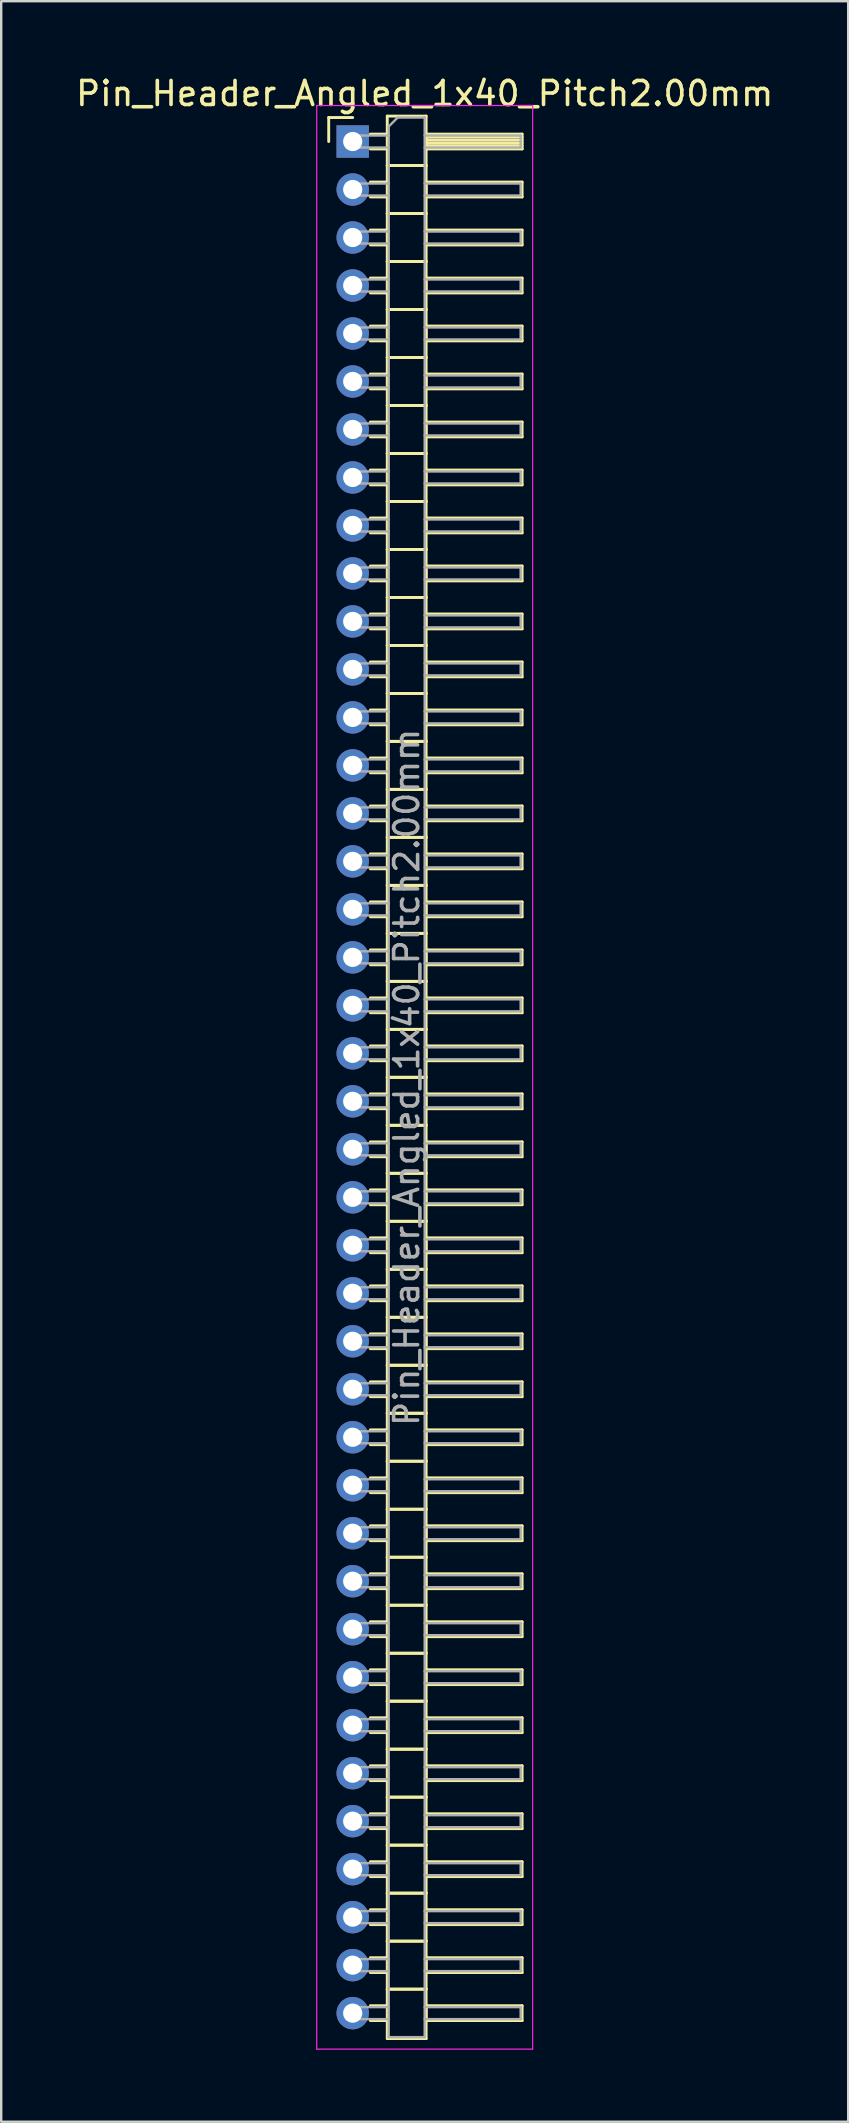
<source format=kicad_pcb>
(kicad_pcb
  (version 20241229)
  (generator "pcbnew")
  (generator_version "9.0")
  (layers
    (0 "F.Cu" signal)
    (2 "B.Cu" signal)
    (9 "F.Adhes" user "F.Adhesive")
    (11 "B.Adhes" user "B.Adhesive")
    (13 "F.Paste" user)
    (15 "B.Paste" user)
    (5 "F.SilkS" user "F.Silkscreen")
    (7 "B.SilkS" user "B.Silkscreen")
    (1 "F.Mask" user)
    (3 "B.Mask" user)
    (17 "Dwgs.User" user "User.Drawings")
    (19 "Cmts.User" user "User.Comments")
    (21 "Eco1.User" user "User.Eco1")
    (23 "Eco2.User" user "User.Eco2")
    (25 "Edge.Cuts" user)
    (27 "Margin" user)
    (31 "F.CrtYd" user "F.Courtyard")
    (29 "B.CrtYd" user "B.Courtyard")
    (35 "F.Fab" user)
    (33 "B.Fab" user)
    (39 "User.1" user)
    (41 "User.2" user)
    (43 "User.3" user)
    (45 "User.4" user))
  (footprint "Pin_Header_Angled_1x40_Pitch2.00mm"
    (layer "F.Cu")
    (at 11.649 2.848)
    (property "Reference" "Pin_Header_Angled_1x40_Pitch2.00mm" (at 3 -2 0) (layer "F.SilkS") (effects (font (size 1 1) (thickness 0.15))))
    (attr through_hole)
    (fp_line (start -1 -1) (end 0 -1) (stroke (width 0.12) (type solid)) (layer "F.SilkS"))
    (fp_line (start -1 0) (end -1 -1) (stroke (width 0.12) (type solid)) (layer "F.SilkS"))
    (fp_line (start 0.735 -0.31) (end 1.44 -0.31) (stroke (width 0.12) (type solid)) (layer "F.SilkS"))
    (fp_line (start 0.735 0.31) (end 1.44 0.31) (stroke (width 0.12) (type solid)) (layer "F.SilkS"))
    (fp_line (start 0.735 1.69) (end 1.44 1.69) (stroke (width 0.12) (type solid)) (layer "F.SilkS"))
    (fp_line (start 0.735 2.31) (end 1.44 2.31) (stroke (width 0.12) (type solid)) (layer "F.SilkS"))
    (fp_line (start 0.735 3.69) (end 1.44 3.69) (stroke (width 0.12) (type solid)) (layer "F.SilkS"))
    (fp_line (start 0.735 4.31) (end 1.44 4.31) (stroke (width 0.12) (type solid)) (layer "F.SilkS"))
    (fp_line (start 0.735 5.69) (end 1.44 5.69) (stroke (width 0.12) (type solid)) (layer "F.SilkS"))
    (fp_line (start 0.735 6.31) (end 1.44 6.31) (stroke (width 0.12) (type solid)) (layer "F.SilkS"))
    (fp_line (start 0.735 7.69) (end 1.44 7.69) (stroke (width 0.12) (type solid)) (layer "F.SilkS"))
    (fp_line (start 0.735 8.31) (end 1.44 8.31) (stroke (width 0.12) (type solid)) (layer "F.SilkS"))
    (fp_line (start 0.735 9.69) (end 1.44 9.69) (stroke (width 0.12) (type solid)) (layer "F.SilkS"))
    (fp_line (start 0.735 10.31) (end 1.44 10.31) (stroke (width 0.12) (type solid)) (layer "F.SilkS"))
    (fp_line (start 0.735 11.69) (end 1.44 11.69) (stroke (width 0.12) (type solid)) (layer "F.SilkS"))
    (fp_line (start 0.735 12.31) (end 1.44 12.31) (stroke (width 0.12) (type solid)) (layer "F.SilkS"))
    (fp_line (start 0.735 13.69) (end 1.44 13.69) (stroke (width 0.12) (type solid)) (layer "F.SilkS"))
    (fp_line (start 0.735 14.31) (end 1.44 14.31) (stroke (width 0.12) (type solid)) (layer "F.SilkS"))
    (fp_line (start 0.735 15.69) (end 1.44 15.69) (stroke (width 0.12) (type solid)) (layer "F.SilkS"))
    (fp_line (start 0.735 16.31) (end 1.44 16.31) (stroke (width 0.12) (type solid)) (layer "F.SilkS"))
    (fp_line (start 0.735 17.69) (end 1.44 17.69) (stroke (width 0.12) (type solid)) (layer "F.SilkS"))
    (fp_line (start 0.735 18.31) (end 1.44 18.31) (stroke (width 0.12) (type solid)) (layer "F.SilkS"))
    (fp_line (start 0.735 19.69) (end 1.44 19.69) (stroke (width 0.12) (type solid)) (layer "F.SilkS"))
    (fp_line (start 0.735 20.31) (end 1.44 20.31) (stroke (width 0.12) (type solid)) (layer "F.SilkS"))
    (fp_line (start 0.735 21.69) (end 1.44 21.69) (stroke (width 0.12) (type solid)) (layer "F.SilkS"))
    (fp_line (start 0.735 22.31) (end 1.44 22.31) (stroke (width 0.12) (type solid)) (layer "F.SilkS"))
    (fp_line (start 0.735 23.69) (end 1.44 23.69) (stroke (width 0.12) (type solid)) (layer "F.SilkS"))
    (fp_line (start 0.735 24.31) (end 1.44 24.31) (stroke (width 0.12) (type solid)) (layer "F.SilkS"))
    (fp_line (start 0.735 25.69) (end 1.44 25.69) (stroke (width 0.12) (type solid)) (layer "F.SilkS"))
    (fp_line (start 0.735 26.31) (end 1.44 26.31) (stroke (width 0.12) (type solid)) (layer "F.SilkS"))
    (fp_line (start 0.735 27.69) (end 1.44 27.69) (stroke (width 0.12) (type solid)) (layer "F.SilkS"))
    (fp_line (start 0.735 28.31) (end 1.44 28.31) (stroke (width 0.12) (type solid)) (layer "F.SilkS"))
    (fp_line (start 0.735 29.69) (end 1.44 29.69) (stroke (width 0.12) (type solid)) (layer "F.SilkS"))
    (fp_line (start 0.735 30.31) (end 1.44 30.31) (stroke (width 0.12) (type solid)) (layer "F.SilkS"))
    (fp_line (start 0.735 31.69) (end 1.44 31.69) (stroke (width 0.12) (type solid)) (layer "F.SilkS"))
    (fp_line (start 0.735 32.31) (end 1.44 32.31) (stroke (width 0.12) (type solid)) (layer "F.SilkS"))
    (fp_line (start 0.735 33.69) (end 1.44 33.69) (stroke (width 0.12) (type solid)) (layer "F.SilkS"))
    (fp_line (start 0.735 34.31) (end 1.44 34.31) (stroke (width 0.12) (type solid)) (layer "F.SilkS"))
    (fp_line (start 0.735 35.69) (end 1.44 35.69) (stroke (width 0.12) (type solid)) (layer "F.SilkS"))
    (fp_line (start 0.735 36.31) (end 1.44 36.31) (stroke (width 0.12) (type solid)) (layer "F.SilkS"))
    (fp_line (start 0.735 37.69) (end 1.44 37.69) (stroke (width 0.12) (type solid)) (layer "F.SilkS"))
    (fp_line (start 0.735 38.31) (end 1.44 38.31) (stroke (width 0.12) (type solid)) (layer "F.SilkS"))
    (fp_line (start 0.735 39.69) (end 1.44 39.69) (stroke (width 0.12) (type solid)) (layer "F.SilkS"))
    (fp_line (start 0.735 40.31) (end 1.44 40.31) (stroke (width 0.12) (type solid)) (layer "F.SilkS"))
    (fp_line (start 0.735 41.69) (end 1.44 41.69) (stroke (width 0.12) (type solid)) (layer "F.SilkS"))
    (fp_line (start 0.735 42.31) (end 1.44 42.31) (stroke (width 0.12) (type solid)) (layer "F.SilkS"))
    (fp_line (start 0.735 43.69) (end 1.44 43.69) (stroke (width 0.12) (type solid)) (layer "F.SilkS"))
    (fp_line (start 0.735 44.31) (end 1.44 44.31) (stroke (width 0.12) (type solid)) (layer "F.SilkS"))
    (fp_line (start 0.735 45.69) (end 1.44 45.69) (stroke (width 0.12) (type solid)) (layer "F.SilkS"))
    (fp_line (start 0.735 46.31) (end 1.44 46.31) (stroke (width 0.12) (type solid)) (layer "F.SilkS"))
    (fp_line (start 0.735 47.69) (end 1.44 47.69) (stroke (width 0.12) (type solid)) (layer "F.SilkS"))
    (fp_line (start 0.735 48.31) (end 1.44 48.31) (stroke (width 0.12) (type solid)) (layer "F.SilkS"))
    (fp_line (start 0.735 49.69) (end 1.44 49.69) (stroke (width 0.12) (type solid)) (layer "F.SilkS"))
    (fp_line (start 0.735 50.31) (end 1.44 50.31) (stroke (width 0.12) (type solid)) (layer "F.SilkS"))
    (fp_line (start 0.735 51.69) (end 1.44 51.69) (stroke (width 0.12) (type solid)) (layer "F.SilkS"))
    (fp_line (start 0.735 52.31) (end 1.44 52.31) (stroke (width 0.12) (type solid)) (layer "F.SilkS"))
    (fp_line (start 0.735 53.69) (end 1.44 53.69) (stroke (width 0.12) (type solid)) (layer "F.SilkS"))
    (fp_line (start 0.735 54.31) (end 1.44 54.31) (stroke (width 0.12) (type solid)) (layer "F.SilkS"))
    (fp_line (start 0.735 55.69) (end 1.44 55.69) (stroke (width 0.12) (type solid)) (layer "F.SilkS"))
    (fp_line (start 0.735 56.31) (end 1.44 56.31) (stroke (width 0.12) (type solid)) (layer "F.SilkS"))
    (fp_line (start 0.735 57.69) (end 1.44 57.69) (stroke (width 0.12) (type solid)) (layer "F.SilkS"))
    (fp_line (start 0.735 58.31) (end 1.44 58.31) (stroke (width 0.12) (type solid)) (layer "F.SilkS"))
    (fp_line (start 0.735 59.69) (end 1.44 59.69) (stroke (width 0.12) (type solid)) (layer "F.SilkS"))
    (fp_line (start 0.735 60.31) (end 1.44 60.31) (stroke (width 0.12) (type solid)) (layer "F.SilkS"))
    (fp_line (start 0.735 61.69) (end 1.44 61.69) (stroke (width 0.12) (type solid)) (layer "F.SilkS"))
    (fp_line (start 0.735 62.31) (end 1.44 62.31) (stroke (width 0.12) (type solid)) (layer "F.SilkS"))
    (fp_line (start 0.735 63.69) (end 1.44 63.69) (stroke (width 0.12) (type solid)) (layer "F.SilkS"))
    (fp_line (start 0.735 64.31) (end 1.44 64.31) (stroke (width 0.12) (type solid)) (layer "F.SilkS"))
    (fp_line (start 0.735 65.69) (end 1.44 65.69) (stroke (width 0.12) (type solid)) (layer "F.SilkS"))
    (fp_line (start 0.735 66.31) (end 1.44 66.31) (stroke (width 0.12) (type solid)) (layer "F.SilkS"))
    (fp_line (start 0.735 67.69) (end 1.44 67.69) (stroke (width 0.12) (type solid)) (layer "F.SilkS"))
    (fp_line (start 0.735 68.31) (end 1.44 68.31) (stroke (width 0.12) (type solid)) (layer "F.SilkS"))
    (fp_line (start 0.735 69.69) (end 1.44 69.69) (stroke (width 0.12) (type solid)) (layer "F.SilkS"))
    (fp_line (start 0.735 70.31) (end 1.44 70.31) (stroke (width 0.12) (type solid)) (layer "F.SilkS"))
    (fp_line (start 0.735 71.69) (end 1.44 71.69) (stroke (width 0.12) (type solid)) (layer "F.SilkS"))
    (fp_line (start 0.735 72.31) (end 1.44 72.31) (stroke (width 0.12) (type solid)) (layer "F.SilkS"))
    (fp_line (start 0.735 73.69) (end 1.44 73.69) (stroke (width 0.12) (type solid)) (layer "F.SilkS"))
    (fp_line (start 0.735 74.31) (end 1.44 74.31) (stroke (width 0.12) (type solid)) (layer "F.SilkS"))
    (fp_line (start 0.735 75.69) (end 1.44 75.69) (stroke (width 0.12) (type solid)) (layer "F.SilkS"))
    (fp_line (start 0.735 76.31) (end 1.44 76.31) (stroke (width 0.12) (type solid)) (layer "F.SilkS"))
    (fp_line (start 0.735 77.69) (end 1.44 77.69) (stroke (width 0.12) (type solid)) (layer "F.SilkS"))
    (fp_line (start 0.735 78.31) (end 1.44 78.31) (stroke (width 0.12) (type solid)) (layer "F.SilkS"))
    (fp_line (start 1.44 -1.06) (end 1.44 1) (stroke (width 0.12) (type solid)) (layer "F.SilkS"))
    (fp_line (start 1.44 1) (end 1.44 3) (stroke (width 0.12) (type solid)) (layer "F.SilkS"))
    (fp_line (start 1.44 1) (end 3.06 1) (stroke (width 0.12) (type solid)) (layer "F.SilkS"))
    (fp_line (start 1.44 3) (end 1.44 5) (stroke (width 0.12) (type solid)) (layer "F.SilkS"))
    (fp_line (start 1.44 3) (end 3.06 3) (stroke (width 0.12) (type solid)) (layer "F.SilkS"))
    (fp_line (start 1.44 5) (end 1.44 7) (stroke (width 0.12) (type solid)) (layer "F.SilkS"))
    (fp_line (start 1.44 5) (end 3.06 5) (stroke (width 0.12) (type solid)) (layer "F.SilkS"))
    (fp_line (start 1.44 7) (end 1.44 9) (stroke (width 0.12) (type solid)) (layer "F.SilkS"))
    (fp_line (start 1.44 7) (end 3.06 7) (stroke (width 0.12) (type solid)) (layer "F.SilkS"))
    (fp_line (start 1.44 9) (end 1.44 11) (stroke (width 0.12) (type solid)) (layer "F.SilkS"))
    (fp_line (start 1.44 9) (end 3.06 9) (stroke (width 0.12) (type solid)) (layer "F.SilkS"))
    (fp_line (start 1.44 11) (end 1.44 13) (stroke (width 0.12) (type solid)) (layer "F.SilkS"))
    (fp_line (start 1.44 11) (end 3.06 11) (stroke (width 0.12) (type solid)) (layer "F.SilkS"))
    (fp_line (start 1.44 13) (end 1.44 15) (stroke (width 0.12) (type solid)) (layer "F.SilkS"))
    (fp_line (start 1.44 13) (end 3.06 13) (stroke (width 0.12) (type solid)) (layer "F.SilkS"))
    (fp_line (start 1.44 15) (end 1.44 17) (stroke (width 0.12) (type solid)) (layer "F.SilkS"))
    (fp_line (start 1.44 15) (end 3.06 15) (stroke (width 0.12) (type solid)) (layer "F.SilkS"))
    (fp_line (start 1.44 17) (end 1.44 19) (stroke (width 0.12) (type solid)) (layer "F.SilkS"))
    (fp_line (start 1.44 17) (end 3.06 17) (stroke (width 0.12) (type solid)) (layer "F.SilkS"))
    (fp_line (start 1.44 19) (end 1.44 21) (stroke (width 0.12) (type solid)) (layer "F.SilkS"))
    (fp_line (start 1.44 19) (end 3.06 19) (stroke (width 0.12) (type solid)) (layer "F.SilkS"))
    (fp_line (start 1.44 21) (end 1.44 23) (stroke (width 0.12) (type solid)) (layer "F.SilkS"))
    (fp_line (start 1.44 21) (end 3.06 21) (stroke (width 0.12) (type solid)) (layer "F.SilkS"))
    (fp_line (start 1.44 23) (end 1.44 25) (stroke (width 0.12) (type solid)) (layer "F.SilkS"))
    (fp_line (start 1.44 23) (end 3.06 23) (stroke (width 0.12) (type solid)) (layer "F.SilkS"))
    (fp_line (start 1.44 25) (end 1.44 27) (stroke (width 0.12) (type solid)) (layer "F.SilkS"))
    (fp_line (start 1.44 25) (end 3.06 25) (stroke (width 0.12) (type solid)) (layer "F.SilkS"))
    (fp_line (start 1.44 27) (end 1.44 29) (stroke (width 0.12) (type solid)) (layer "F.SilkS"))
    (fp_line (start 1.44 27) (end 3.06 27) (stroke (width 0.12) (type solid)) (layer "F.SilkS"))
    (fp_line (start 1.44 29) (end 1.44 31) (stroke (width 0.12) (type solid)) (layer "F.SilkS"))
    (fp_line (start 1.44 29) (end 3.06 29) (stroke (width 0.12) (type solid)) (layer "F.SilkS"))
    (fp_line (start 1.44 31) (end 1.44 33) (stroke (width 0.12) (type solid)) (layer "F.SilkS"))
    (fp_line (start 1.44 31) (end 3.06 31) (stroke (width 0.12) (type solid)) (layer "F.SilkS"))
    (fp_line (start 1.44 33) (end 1.44 35) (stroke (width 0.12) (type solid)) (layer "F.SilkS"))
    (fp_line (start 1.44 33) (end 3.06 33) (stroke (width 0.12) (type solid)) (layer "F.SilkS"))
    (fp_line (start 1.44 35) (end 1.44 37) (stroke (width 0.12) (type solid)) (layer "F.SilkS"))
    (fp_line (start 1.44 35) (end 3.06 35) (stroke (width 0.12) (type solid)) (layer "F.SilkS"))
    (fp_line (start 1.44 37) (end 1.44 39) (stroke (width 0.12) (type solid)) (layer "F.SilkS"))
    (fp_line (start 1.44 37) (end 3.06 37) (stroke (width 0.12) (type solid)) (layer "F.SilkS"))
    (fp_line (start 1.44 39) (end 1.44 41) (stroke (width 0.12) (type solid)) (layer "F.SilkS"))
    (fp_line (start 1.44 39) (end 3.06 39) (stroke (width 0.12) (type solid)) (layer "F.SilkS"))
    (fp_line (start 1.44 41) (end 1.44 43) (stroke (width 0.12) (type solid)) (layer "F.SilkS"))
    (fp_line (start 1.44 41) (end 3.06 41) (stroke (width 0.12) (type solid)) (layer "F.SilkS"))
    (fp_line (start 1.44 43) (end 1.44 45) (stroke (width 0.12) (type solid)) (layer "F.SilkS"))
    (fp_line (start 1.44 43) (end 3.06 43) (stroke (width 0.12) (type solid)) (layer "F.SilkS"))
    (fp_line (start 1.44 45) (end 1.44 47) (stroke (width 0.12) (type solid)) (layer "F.SilkS"))
    (fp_line (start 1.44 45) (end 3.06 45) (stroke (width 0.12) (type solid)) (layer "F.SilkS"))
    (fp_line (start 1.44 47) (end 1.44 49) (stroke (width 0.12) (type solid)) (layer "F.SilkS"))
    (fp_line (start 1.44 47) (end 3.06 47) (stroke (width 0.12) (type solid)) (layer "F.SilkS"))
    (fp_line (start 1.44 49) (end 1.44 51) (stroke (width 0.12) (type solid)) (layer "F.SilkS"))
    (fp_line (start 1.44 49) (end 3.06 49) (stroke (width 0.12) (type solid)) (layer "F.SilkS"))
    (fp_line (start 1.44 51) (end 1.44 53) (stroke (width 0.12) (type solid)) (layer "F.SilkS"))
    (fp_line (start 1.44 51) (end 3.06 51) (stroke (width 0.12) (type solid)) (layer "F.SilkS"))
    (fp_line (start 1.44 53) (end 1.44 55) (stroke (width 0.12) (type solid)) (layer "F.SilkS"))
    (fp_line (start 1.44 53) (end 3.06 53) (stroke (width 0.12) (type solid)) (layer "F.SilkS"))
    (fp_line (start 1.44 55) (end 1.44 57) (stroke (width 0.12) (type solid)) (layer "F.SilkS"))
    (fp_line (start 1.44 55) (end 3.06 55) (stroke (width 0.12) (type solid)) (layer "F.SilkS"))
    (fp_line (start 1.44 57) (end 1.44 59) (stroke (width 0.12) (type solid)) (layer "F.SilkS"))
    (fp_line (start 1.44 57) (end 3.06 57) (stroke (width 0.12) (type solid)) (layer "F.SilkS"))
    (fp_line (start 1.44 59) (end 1.44 61) (stroke (width 0.12) (type solid)) (layer "F.SilkS"))
    (fp_line (start 1.44 59) (end 3.06 59) (stroke (width 0.12) (type solid)) (layer "F.SilkS"))
    (fp_line (start 1.44 61) (end 1.44 63) (stroke (width 0.12) (type solid)) (layer "F.SilkS"))
    (fp_line (start 1.44 61) (end 3.06 61) (stroke (width 0.12) (type solid)) (layer "F.SilkS"))
    (fp_line (start 1.44 63) (end 1.44 65) (stroke (width 0.12) (type solid)) (layer "F.SilkS"))
    (fp_line (start 1.44 63) (end 3.06 63) (stroke (width 0.12) (type solid)) (layer "F.SilkS"))
    (fp_line (start 1.44 65) (end 1.44 67) (stroke (width 0.12) (type solid)) (layer "F.SilkS"))
    (fp_line (start 1.44 65) (end 3.06 65) (stroke (width 0.12) (type solid)) (layer "F.SilkS"))
    (fp_line (start 1.44 67) (end 1.44 69) (stroke (width 0.12) (type solid)) (layer "F.SilkS"))
    (fp_line (start 1.44 67) (end 3.06 67) (stroke (width 0.12) (type solid)) (layer "F.SilkS"))
    (fp_line (start 1.44 69) (end 1.44 71) (stroke (width 0.12) (type solid)) (layer "F.SilkS"))
    (fp_line (start 1.44 69) (end 3.06 69) (stroke (width 0.12) (type solid)) (layer "F.SilkS"))
    (fp_line (start 1.44 71) (end 1.44 73) (stroke (width 0.12) (type solid)) (layer "F.SilkS"))
    (fp_line (start 1.44 71) (end 3.06 71) (stroke (width 0.12) (type solid)) (layer "F.SilkS"))
    (fp_line (start 1.44 73) (end 1.44 75) (stroke (width 0.12) (type solid)) (layer "F.SilkS"))
    (fp_line (start 1.44 73) (end 3.06 73) (stroke (width 0.12) (type solid)) (layer "F.SilkS"))
    (fp_line (start 1.44 75) (end 1.44 77) (stroke (width 0.12) (type solid)) (layer "F.SilkS"))
    (fp_line (start 1.44 75) (end 3.06 75) (stroke (width 0.12) (type solid)) (layer "F.SilkS"))
    (fp_line (start 1.44 77) (end 1.44 79.06) (stroke (width 0.12) (type solid)) (layer "F.SilkS"))
    (fp_line (start 1.44 77) (end 3.06 77) (stroke (width 0.12) (type solid)) (layer "F.SilkS"))
    (fp_line (start 1.44 79.06) (end 3.06 79.06) (stroke (width 0.12) (type solid)) (layer "F.SilkS"))
    (fp_line (start 3.06 -1.06) (end 1.44 -1.06) (stroke (width 0.12) (type solid)) (layer "F.SilkS"))
    (fp_line (start 3.06 -0.31) (end 3.06 0.31) (stroke (width 0.12) (type solid)) (layer "F.SilkS"))
    (fp_line (start 3.06 -0.19) (end 7.06 -0.19) (stroke (width 0.12) (type solid)) (layer "F.SilkS"))
    (fp_line (start 3.06 -0.07) (end 7.06 -0.07) (stroke (width 0.12) (type solid)) (layer "F.SilkS"))
    (fp_line (start 3.06 0.05) (end 7.06 0.05) (stroke (width 0.12) (type solid)) (layer "F.SilkS"))
    (fp_line (start 3.06 0.17) (end 7.06 0.17) (stroke (width 0.12) (type solid)) (layer "F.SilkS"))
    (fp_line (start 3.06 0.29) (end 7.06 0.29) (stroke (width 0.12) (type solid)) (layer "F.SilkS"))
    (fp_line (start 3.06 0.31) (end 7.06 0.31) (stroke (width 0.12) (type solid)) (layer "F.SilkS"))
    (fp_line (start 3.06 1) (end 1.44 1) (stroke (width 0.12) (type solid)) (layer "F.SilkS"))
    (fp_line (start 3.06 1) (end 3.06 -1.06) (stroke (width 0.12) (type solid)) (layer "F.SilkS"))
    (fp_line (start 3.06 1.69) (end 3.06 2.31) (stroke (width 0.12) (type solid)) (layer "F.SilkS"))
    (fp_line (start 3.06 2.31) (end 7.06 2.31) (stroke (width 0.12) (type solid)) (layer "F.SilkS"))
    (fp_line (start 3.06 3) (end 1.44 3) (stroke (width 0.12) (type solid)) (layer "F.SilkS"))
    (fp_line (start 3.06 3) (end 3.06 1) (stroke (width 0.12) (type solid)) (layer "F.SilkS"))
    (fp_line (start 3.06 3.69) (end 3.06 4.31) (stroke (width 0.12) (type solid)) (layer "F.SilkS"))
    (fp_line (start 3.06 4.31) (end 7.06 4.31) (stroke (width 0.12) (type solid)) (layer "F.SilkS"))
    (fp_line (start 3.06 5) (end 1.44 5) (stroke (width 0.12) (type solid)) (layer "F.SilkS"))
    (fp_line (start 3.06 5) (end 3.06 3) (stroke (width 0.12) (type solid)) (layer "F.SilkS"))
    (fp_line (start 3.06 5.69) (end 3.06 6.31) (stroke (width 0.12) (type solid)) (layer "F.SilkS"))
    (fp_line (start 3.06 6.31) (end 7.06 6.31) (stroke (width 0.12) (type solid)) (layer "F.SilkS"))
    (fp_line (start 3.06 7) (end 1.44 7) (stroke (width 0.12) (type solid)) (layer "F.SilkS"))
    (fp_line (start 3.06 7) (end 3.06 5) (stroke (width 0.12) (type solid)) (layer "F.SilkS"))
    (fp_line (start 3.06 7.69) (end 3.06 8.31) (stroke (width 0.12) (type solid)) (layer "F.SilkS"))
    (fp_line (start 3.06 8.31) (end 7.06 8.31) (stroke (width 0.12) (type solid)) (layer "F.SilkS"))
    (fp_line (start 3.06 9) (end 1.44 9) (stroke (width 0.12) (type solid)) (layer "F.SilkS"))
    (fp_line (start 3.06 9) (end 3.06 7) (stroke (width 0.12) (type solid)) (layer "F.SilkS"))
    (fp_line (start 3.06 9.69) (end 3.06 10.31) (stroke (width 0.12) (type solid)) (layer "F.SilkS"))
    (fp_line (start 3.06 10.31) (end 7.06 10.31) (stroke (width 0.12) (type solid)) (layer "F.SilkS"))
    (fp_line (start 3.06 11) (end 1.44 11) (stroke (width 0.12) (type solid)) (layer "F.SilkS"))
    (fp_line (start 3.06 11) (end 3.06 9) (stroke (width 0.12) (type solid)) (layer "F.SilkS"))
    (fp_line (start 3.06 11.69) (end 3.06 12.31) (stroke (width 0.12) (type solid)) (layer "F.SilkS"))
    (fp_line (start 3.06 12.31) (end 7.06 12.31) (stroke (width 0.12) (type solid)) (layer "F.SilkS"))
    (fp_line (start 3.06 13) (end 1.44 13) (stroke (width 0.12) (type solid)) (layer "F.SilkS"))
    (fp_line (start 3.06 13) (end 3.06 11) (stroke (width 0.12) (type solid)) (layer "F.SilkS"))
    (fp_line (start 3.06 13.69) (end 3.06 14.31) (stroke (width 0.12) (type solid)) (layer "F.SilkS"))
    (fp_line (start 3.06 14.31) (end 7.06 14.31) (stroke (width 0.12) (type solid)) (layer "F.SilkS"))
    (fp_line (start 3.06 15) (end 1.44 15) (stroke (width 0.12) (type solid)) (layer "F.SilkS"))
    (fp_line (start 3.06 15) (end 3.06 13) (stroke (width 0.12) (type solid)) (layer "F.SilkS"))
    (fp_line (start 3.06 15.69) (end 3.06 16.31) (stroke (width 0.12) (type solid)) (layer "F.SilkS"))
    (fp_line (start 3.06 16.31) (end 7.06 16.31) (stroke (width 0.12) (type solid)) (layer "F.SilkS"))
    (fp_line (start 3.06 17) (end 1.44 17) (stroke (width 0.12) (type solid)) (layer "F.SilkS"))
    (fp_line (start 3.06 17) (end 3.06 15) (stroke (width 0.12) (type solid)) (layer "F.SilkS"))
    (fp_line (start 3.06 17.69) (end 3.06 18.31) (stroke (width 0.12) (type solid)) (layer "F.SilkS"))
    (fp_line (start 3.06 18.31) (end 7.06 18.31) (stroke (width 0.12) (type solid)) (layer "F.SilkS"))
    (fp_line (start 3.06 19) (end 1.44 19) (stroke (width 0.12) (type solid)) (layer "F.SilkS"))
    (fp_line (start 3.06 19) (end 3.06 17) (stroke (width 0.12) (type solid)) (layer "F.SilkS"))
    (fp_line (start 3.06 19.69) (end 3.06 20.31) (stroke (width 0.12) (type solid)) (layer "F.SilkS"))
    (fp_line (start 3.06 20.31) (end 7.06 20.31) (stroke (width 0.12) (type solid)) (layer "F.SilkS"))
    (fp_line (start 3.06 21) (end 1.44 21) (stroke (width 0.12) (type solid)) (layer "F.SilkS"))
    (fp_line (start 3.06 21) (end 3.06 19) (stroke (width 0.12) (type solid)) (layer "F.SilkS"))
    (fp_line (start 3.06 21.69) (end 3.06 22.31) (stroke (width 0.12) (type solid)) (layer "F.SilkS"))
    (fp_line (start 3.06 22.31) (end 7.06 22.31) (stroke (width 0.12) (type solid)) (layer "F.SilkS"))
    (fp_line (start 3.06 23) (end 1.44 23) (stroke (width 0.12) (type solid)) (layer "F.SilkS"))
    (fp_line (start 3.06 23) (end 3.06 21) (stroke (width 0.12) (type solid)) (layer "F.SilkS"))
    (fp_line (start 3.06 23.69) (end 3.06 24.31) (stroke (width 0.12) (type solid)) (layer "F.SilkS"))
    (fp_line (start 3.06 24.31) (end 7.06 24.31) (stroke (width 0.12) (type solid)) (layer "F.SilkS"))
    (fp_line (start 3.06 25) (end 1.44 25) (stroke (width 0.12) (type solid)) (layer "F.SilkS"))
    (fp_line (start 3.06 25) (end 3.06 23) (stroke (width 0.12) (type solid)) (layer "F.SilkS"))
    (fp_line (start 3.06 25.69) (end 3.06 26.31) (stroke (width 0.12) (type solid)) (layer "F.SilkS"))
    (fp_line (start 3.06 26.31) (end 7.06 26.31) (stroke (width 0.12) (type solid)) (layer "F.SilkS"))
    (fp_line (start 3.06 27) (end 1.44 27) (stroke (width 0.12) (type solid)) (layer "F.SilkS"))
    (fp_line (start 3.06 27) (end 3.06 25) (stroke (width 0.12) (type solid)) (layer "F.SilkS"))
    (fp_line (start 3.06 27.69) (end 3.06 28.31) (stroke (width 0.12) (type solid)) (layer "F.SilkS"))
    (fp_line (start 3.06 28.31) (end 7.06 28.31) (stroke (width 0.12) (type solid)) (layer "F.SilkS"))
    (fp_line (start 3.06 29) (end 1.44 29) (stroke (width 0.12) (type solid)) (layer "F.SilkS"))
    (fp_line (start 3.06 29) (end 3.06 27) (stroke (width 0.12) (type solid)) (layer "F.SilkS"))
    (fp_line (start 3.06 29.69) (end 3.06 30.31) (stroke (width 0.12) (type solid)) (layer "F.SilkS"))
    (fp_line (start 3.06 30.31) (end 7.06 30.31) (stroke (width 0.12) (type solid)) (layer "F.SilkS"))
    (fp_line (start 3.06 31) (end 1.44 31) (stroke (width 0.12) (type solid)) (layer "F.SilkS"))
    (fp_line (start 3.06 31) (end 3.06 29) (stroke (width 0.12) (type solid)) (layer "F.SilkS"))
    (fp_line (start 3.06 31.69) (end 3.06 32.31) (stroke (width 0.12) (type solid)) (layer "F.SilkS"))
    (fp_line (start 3.06 32.31) (end 7.06 32.31) (stroke (width 0.12) (type solid)) (layer "F.SilkS"))
    (fp_line (start 3.06 33) (end 1.44 33) (stroke (width 0.12) (type solid)) (layer "F.SilkS"))
    (fp_line (start 3.06 33) (end 3.06 31) (stroke (width 0.12) (type solid)) (layer "F.SilkS"))
    (fp_line (start 3.06 33.69) (end 3.06 34.31) (stroke (width 0.12) (type solid)) (layer "F.SilkS"))
    (fp_line (start 3.06 34.31) (end 7.06 34.31) (stroke (width 0.12) (type solid)) (layer "F.SilkS"))
    (fp_line (start 3.06 35) (end 1.44 35) (stroke (width 0.12) (type solid)) (layer "F.SilkS"))
    (fp_line (start 3.06 35) (end 3.06 33) (stroke (width 0.12) (type solid)) (layer "F.SilkS"))
    (fp_line (start 3.06 35.69) (end 3.06 36.31) (stroke (width 0.12) (type solid)) (layer "F.SilkS"))
    (fp_line (start 3.06 36.31) (end 7.06 36.31) (stroke (width 0.12) (type solid)) (layer "F.SilkS"))
    (fp_line (start 3.06 37) (end 1.44 37) (stroke (width 0.12) (type solid)) (layer "F.SilkS"))
    (fp_line (start 3.06 37) (end 3.06 35) (stroke (width 0.12) (type solid)) (layer "F.SilkS"))
    (fp_line (start 3.06 37.69) (end 3.06 38.31) (stroke (width 0.12) (type solid)) (layer "F.SilkS"))
    (fp_line (start 3.06 38.31) (end 7.06 38.31) (stroke (width 0.12) (type solid)) (layer "F.SilkS"))
    (fp_line (start 3.06 39) (end 1.44 39) (stroke (width 0.12) (type solid)) (layer "F.SilkS"))
    (fp_line (start 3.06 39) (end 3.06 37) (stroke (width 0.12) (type solid)) (layer "F.SilkS"))
    (fp_line (start 3.06 39.69) (end 3.06 40.31) (stroke (width 0.12) (type solid)) (layer "F.SilkS"))
    (fp_line (start 3.06 40.31) (end 7.06 40.31) (stroke (width 0.12) (type solid)) (layer "F.SilkS"))
    (fp_line (start 3.06 41) (end 1.44 41) (stroke (width 0.12) (type solid)) (layer "F.SilkS"))
    (fp_line (start 3.06 41) (end 3.06 39) (stroke (width 0.12) (type solid)) (layer "F.SilkS"))
    (fp_line (start 3.06 41.69) (end 3.06 42.31) (stroke (width 0.12) (type solid)) (layer "F.SilkS"))
    (fp_line (start 3.06 42.31) (end 7.06 42.31) (stroke (width 0.12) (type solid)) (layer "F.SilkS"))
    (fp_line (start 3.06 43) (end 1.44 43) (stroke (width 0.12) (type solid)) (layer "F.SilkS"))
    (fp_line (start 3.06 43) (end 3.06 41) (stroke (width 0.12) (type solid)) (layer "F.SilkS"))
    (fp_line (start 3.06 43.69) (end 3.06 44.31) (stroke (width 0.12) (type solid)) (layer "F.SilkS"))
    (fp_line (start 3.06 44.31) (end 7.06 44.31) (stroke (width 0.12) (type solid)) (layer "F.SilkS"))
    (fp_line (start 3.06 45) (end 1.44 45) (stroke (width 0.12) (type solid)) (layer "F.SilkS"))
    (fp_line (start 3.06 45) (end 3.06 43) (stroke (width 0.12) (type solid)) (layer "F.SilkS"))
    (fp_line (start 3.06 45.69) (end 3.06 46.31) (stroke (width 0.12) (type solid)) (layer "F.SilkS"))
    (fp_line (start 3.06 46.31) (end 7.06 46.31) (stroke (width 0.12) (type solid)) (layer "F.SilkS"))
    (fp_line (start 3.06 47) (end 1.44 47) (stroke (width 0.12) (type solid)) (layer "F.SilkS"))
    (fp_line (start 3.06 47) (end 3.06 45) (stroke (width 0.12) (type solid)) (layer "F.SilkS"))
    (fp_line (start 3.06 47.69) (end 3.06 48.31) (stroke (width 0.12) (type solid)) (layer "F.SilkS"))
    (fp_line (start 3.06 48.31) (end 7.06 48.31) (stroke (width 0.12) (type solid)) (layer "F.SilkS"))
    (fp_line (start 3.06 49) (end 1.44 49) (stroke (width 0.12) (type solid)) (layer "F.SilkS"))
    (fp_line (start 3.06 49) (end 3.06 47) (stroke (width 0.12) (type solid)) (layer "F.SilkS"))
    (fp_line (start 3.06 49.69) (end 3.06 50.31) (stroke (width 0.12) (type solid)) (layer "F.SilkS"))
    (fp_line (start 3.06 50.31) (end 7.06 50.31) (stroke (width 0.12) (type solid)) (layer "F.SilkS"))
    (fp_line (start 3.06 51) (end 1.44 51) (stroke (width 0.12) (type solid)) (layer "F.SilkS"))
    (fp_line (start 3.06 51) (end 3.06 49) (stroke (width 0.12) (type solid)) (layer "F.SilkS"))
    (fp_line (start 3.06 51.69) (end 3.06 52.31) (stroke (width 0.12) (type solid)) (layer "F.SilkS"))
    (fp_line (start 3.06 52.31) (end 7.06 52.31) (stroke (width 0.12) (type solid)) (layer "F.SilkS"))
    (fp_line (start 3.06 53) (end 1.44 53) (stroke (width 0.12) (type solid)) (layer "F.SilkS"))
    (fp_line (start 3.06 53) (end 3.06 51) (stroke (width 0.12) (type solid)) (layer "F.SilkS"))
    (fp_line (start 3.06 53.69) (end 3.06 54.31) (stroke (width 0.12) (type solid)) (layer "F.SilkS"))
    (fp_line (start 3.06 54.31) (end 7.06 54.31) (stroke (width 0.12) (type solid)) (layer "F.SilkS"))
    (fp_line (start 3.06 55) (end 1.44 55) (stroke (width 0.12) (type solid)) (layer "F.SilkS"))
    (fp_line (start 3.06 55) (end 3.06 53) (stroke (width 0.12) (type solid)) (layer "F.SilkS"))
    (fp_line (start 3.06 55.69) (end 3.06 56.31) (stroke (width 0.12) (type solid)) (layer "F.SilkS"))
    (fp_line (start 3.06 56.31) (end 7.06 56.31) (stroke (width 0.12) (type solid)) (layer "F.SilkS"))
    (fp_line (start 3.06 57) (end 1.44 57) (stroke (width 0.12) (type solid)) (layer "F.SilkS"))
    (fp_line (start 3.06 57) (end 3.06 55) (stroke (width 0.12) (type solid)) (layer "F.SilkS"))
    (fp_line (start 3.06 57.69) (end 3.06 58.31) (stroke (width 0.12) (type solid)) (layer "F.SilkS"))
    (fp_line (start 3.06 58.31) (end 7.06 58.31) (stroke (width 0.12) (type solid)) (layer "F.SilkS"))
    (fp_line (start 3.06 59) (end 1.44 59) (stroke (width 0.12) (type solid)) (layer "F.SilkS"))
    (fp_line (start 3.06 59) (end 3.06 57) (stroke (width 0.12) (type solid)) (layer "F.SilkS"))
    (fp_line (start 3.06 59.69) (end 3.06 60.31) (stroke (width 0.12) (type solid)) (layer "F.SilkS"))
    (fp_line (start 3.06 60.31) (end 7.06 60.31) (stroke (width 0.12) (type solid)) (layer "F.SilkS"))
    (fp_line (start 3.06 61) (end 1.44 61) (stroke (width 0.12) (type solid)) (layer "F.SilkS"))
    (fp_line (start 3.06 61) (end 3.06 59) (stroke (width 0.12) (type solid)) (layer "F.SilkS"))
    (fp_line (start 3.06 61.69) (end 3.06 62.31) (stroke (width 0.12) (type solid)) (layer "F.SilkS"))
    (fp_line (start 3.06 62.31) (end 7.06 62.31) (stroke (width 0.12) (type solid)) (layer "F.SilkS"))
    (fp_line (start 3.06 63) (end 1.44 63) (stroke (width 0.12) (type solid)) (layer "F.SilkS"))
    (fp_line (start 3.06 63) (end 3.06 61) (stroke (width 0.12) (type solid)) (layer "F.SilkS"))
    (fp_line (start 3.06 63.69) (end 3.06 64.31) (stroke (width 0.12) (type solid)) (layer "F.SilkS"))
    (fp_line (start 3.06 64.31) (end 7.06 64.31) (stroke (width 0.12) (type solid)) (layer "F.SilkS"))
    (fp_line (start 3.06 65) (end 1.44 65) (stroke (width 0.12) (type solid)) (layer "F.SilkS"))
    (fp_line (start 3.06 65) (end 3.06 63) (stroke (width 0.12) (type solid)) (layer "F.SilkS"))
    (fp_line (start 3.06 65.69) (end 3.06 66.31) (stroke (width 0.12) (type solid)) (layer "F.SilkS"))
    (fp_line (start 3.06 66.31) (end 7.06 66.31) (stroke (width 0.12) (type solid)) (layer "F.SilkS"))
    (fp_line (start 3.06 67) (end 1.44 67) (stroke (width 0.12) (type solid)) (layer "F.SilkS"))
    (fp_line (start 3.06 67) (end 3.06 65) (stroke (width 0.12) (type solid)) (layer "F.SilkS"))
    (fp_line (start 3.06 67.69) (end 3.06 68.31) (stroke (width 0.12) (type solid)) (layer "F.SilkS"))
    (fp_line (start 3.06 68.31) (end 7.06 68.31) (stroke (width 0.12) (type solid)) (layer "F.SilkS"))
    (fp_line (start 3.06 69) (end 1.44 69) (stroke (width 0.12) (type solid)) (layer "F.SilkS"))
    (fp_line (start 3.06 69) (end 3.06 67) (stroke (width 0.12) (type solid)) (layer "F.SilkS"))
    (fp_line (start 3.06 69.69) (end 3.06 70.31) (stroke (width 0.12) (type solid)) (layer "F.SilkS"))
    (fp_line (start 3.06 70.31) (end 7.06 70.31) (stroke (width 0.12) (type solid)) (layer "F.SilkS"))
    (fp_line (start 3.06 71) (end 1.44 71) (stroke (width 0.12) (type solid)) (layer "F.SilkS"))
    (fp_line (start 3.06 71) (end 3.06 69) (stroke (width 0.12) (type solid)) (layer "F.SilkS"))
    (fp_line (start 3.06 71.69) (end 3.06 72.31) (stroke (width 0.12) (type solid)) (layer "F.SilkS"))
    (fp_line (start 3.06 72.31) (end 7.06 72.31) (stroke (width 0.12) (type solid)) (layer "F.SilkS"))
    (fp_line (start 3.06 73) (end 1.44 73) (stroke (width 0.12) (type solid)) (layer "F.SilkS"))
    (fp_line (start 3.06 73) (end 3.06 71) (stroke (width 0.12) (type solid)) (layer "F.SilkS"))
    (fp_line (start 3.06 73.69) (end 3.06 74.31) (stroke (width 0.12) (type solid)) (layer "F.SilkS"))
    (fp_line (start 3.06 74.31) (end 7.06 74.31) (stroke (width 0.12) (type solid)) (layer "F.SilkS"))
    (fp_line (start 3.06 75) (end 1.44 75) (stroke (width 0.12) (type solid)) (layer "F.SilkS"))
    (fp_line (start 3.06 75) (end 3.06 73) (stroke (width 0.12) (type solid)) (layer "F.SilkS"))
    (fp_line (start 3.06 75.69) (end 3.06 76.31) (stroke (width 0.12) (type solid)) (layer "F.SilkS"))
    (fp_line (start 3.06 76.31) (end 7.06 76.31) (stroke (width 0.12) (type solid)) (layer "F.SilkS"))
    (fp_line (start 3.06 77) (end 1.44 77) (stroke (width 0.12) (type solid)) (layer "F.SilkS"))
    (fp_line (start 3.06 77) (end 3.06 75) (stroke (width 0.12) (type solid)) (layer "F.SilkS"))
    (fp_line (start 3.06 77.69) (end 3.06 78.31) (stroke (width 0.12) (type solid)) (layer "F.SilkS"))
    (fp_line (start 3.06 78.31) (end 7.06 78.31) (stroke (width 0.12) (type solid)) (layer "F.SilkS"))
    (fp_line (start 3.06 79.06) (end 3.06 77) (stroke (width 0.12) (type solid)) (layer "F.SilkS"))
    (fp_line (start 7.06 -0.31) (end 3.06 -0.31) (stroke (width 0.12) (type solid)) (layer "F.SilkS"))
    (fp_line (start 7.06 0.31) (end 7.06 -0.31) (stroke (width 0.12) (type solid)) (layer "F.SilkS"))
    (fp_line (start 7.06 1.69) (end 3.06 1.69) (stroke (width 0.12) (type solid)) (layer "F.SilkS"))
    (fp_line (start 7.06 2.31) (end 7.06 1.69) (stroke (width 0.12) (type solid)) (layer "F.SilkS"))
    (fp_line (start 7.06 3.69) (end 3.06 3.69) (stroke (width 0.12) (type solid)) (layer "F.SilkS"))
    (fp_line (start 7.06 4.31) (end 7.06 3.69) (stroke (width 0.12) (type solid)) (layer "F.SilkS"))
    (fp_line (start 7.06 5.69) (end 3.06 5.69) (stroke (width 0.12) (type solid)) (layer "F.SilkS"))
    (fp_line (start 7.06 6.31) (end 7.06 5.69) (stroke (width 0.12) (type solid)) (layer "F.SilkS"))
    (fp_line (start 7.06 7.69) (end 3.06 7.69) (stroke (width 0.12) (type solid)) (layer "F.SilkS"))
    (fp_line (start 7.06 8.31) (end 7.06 7.69) (stroke (width 0.12) (type solid)) (layer "F.SilkS"))
    (fp_line (start 7.06 9.69) (end 3.06 9.69) (stroke (width 0.12) (type solid)) (layer "F.SilkS"))
    (fp_line (start 7.06 10.31) (end 7.06 9.69) (stroke (width 0.12) (type solid)) (layer "F.SilkS"))
    (fp_line (start 7.06 11.69) (end 3.06 11.69) (stroke (width 0.12) (type solid)) (layer "F.SilkS"))
    (fp_line (start 7.06 12.31) (end 7.06 11.69) (stroke (width 0.12) (type solid)) (layer "F.SilkS"))
    (fp_line (start 7.06 13.69) (end 3.06 13.69) (stroke (width 0.12) (type solid)) (layer "F.SilkS"))
    (fp_line (start 7.06 14.31) (end 7.06 13.69) (stroke (width 0.12) (type solid)) (layer "F.SilkS"))
    (fp_line (start 7.06 15.69) (end 3.06 15.69) (stroke (width 0.12) (type solid)) (layer "F.SilkS"))
    (fp_line (start 7.06 16.31) (end 7.06 15.69) (stroke (width 0.12) (type solid)) (layer "F.SilkS"))
    (fp_line (start 7.06 17.69) (end 3.06 17.69) (stroke (width 0.12) (type solid)) (layer "F.SilkS"))
    (fp_line (start 7.06 18.31) (end 7.06 17.69) (stroke (width 0.12) (type solid)) (layer "F.SilkS"))
    (fp_line (start 7.06 19.69) (end 3.06 19.69) (stroke (width 0.12) (type solid)) (layer "F.SilkS"))
    (fp_line (start 7.06 20.31) (end 7.06 19.69) (stroke (width 0.12) (type solid)) (layer "F.SilkS"))
    (fp_line (start 7.06 21.69) (end 3.06 21.69) (stroke (width 0.12) (type solid)) (layer "F.SilkS"))
    (fp_line (start 7.06 22.31) (end 7.06 21.69) (stroke (width 0.12) (type solid)) (layer "F.SilkS"))
    (fp_line (start 7.06 23.69) (end 3.06 23.69) (stroke (width 0.12) (type solid)) (layer "F.SilkS"))
    (fp_line (start 7.06 24.31) (end 7.06 23.69) (stroke (width 0.12) (type solid)) (layer "F.SilkS"))
    (fp_line (start 7.06 25.69) (end 3.06 25.69) (stroke (width 0.12) (type solid)) (layer "F.SilkS"))
    (fp_line (start 7.06 26.31) (end 7.06 25.69) (stroke (width 0.12) (type solid)) (layer "F.SilkS"))
    (fp_line (start 7.06 27.69) (end 3.06 27.69) (stroke (width 0.12) (type solid)) (layer "F.SilkS"))
    (fp_line (start 7.06 28.31) (end 7.06 27.69) (stroke (width 0.12) (type solid)) (layer "F.SilkS"))
    (fp_line (start 7.06 29.69) (end 3.06 29.69) (stroke (width 0.12) (type solid)) (layer "F.SilkS"))
    (fp_line (start 7.06 30.31) (end 7.06 29.69) (stroke (width 0.12) (type solid)) (layer "F.SilkS"))
    (fp_line (start 7.06 31.69) (end 3.06 31.69) (stroke (width 0.12) (type solid)) (layer "F.SilkS"))
    (fp_line (start 7.06 32.31) (end 7.06 31.69) (stroke (width 0.12) (type solid)) (layer "F.SilkS"))
    (fp_line (start 7.06 33.69) (end 3.06 33.69) (stroke (width 0.12) (type solid)) (layer "F.SilkS"))
    (fp_line (start 7.06 34.31) (end 7.06 33.69) (stroke (width 0.12) (type solid)) (layer "F.SilkS"))
    (fp_line (start 7.06 35.69) (end 3.06 35.69) (stroke (width 0.12) (type solid)) (layer "F.SilkS"))
    (fp_line (start 7.06 36.31) (end 7.06 35.69) (stroke (width 0.12) (type solid)) (layer "F.SilkS"))
    (fp_line (start 7.06 37.69) (end 3.06 37.69) (stroke (width 0.12) (type solid)) (layer "F.SilkS"))
    (fp_line (start 7.06 38.31) (end 7.06 37.69) (stroke (width 0.12) (type solid)) (layer "F.SilkS"))
    (fp_line (start 7.06 39.69) (end 3.06 39.69) (stroke (width 0.12) (type solid)) (layer "F.SilkS"))
    (fp_line (start 7.06 40.31) (end 7.06 39.69) (stroke (width 0.12) (type solid)) (layer "F.SilkS"))
    (fp_line (start 7.06 41.69) (end 3.06 41.69) (stroke (width 0.12) (type solid)) (layer "F.SilkS"))
    (fp_line (start 7.06 42.31) (end 7.06 41.69) (stroke (width 0.12) (type solid)) (layer "F.SilkS"))
    (fp_line (start 7.06 43.69) (end 3.06 43.69) (stroke (width 0.12) (type solid)) (layer "F.SilkS"))
    (fp_line (start 7.06 44.31) (end 7.06 43.69) (stroke (width 0.12) (type solid)) (layer "F.SilkS"))
    (fp_line (start 7.06 45.69) (end 3.06 45.69) (stroke (width 0.12) (type solid)) (layer "F.SilkS"))
    (fp_line (start 7.06 46.31) (end 7.06 45.69) (stroke (width 0.12) (type solid)) (layer "F.SilkS"))
    (fp_line (start 7.06 47.69) (end 3.06 47.69) (stroke (width 0.12) (type solid)) (layer "F.SilkS"))
    (fp_line (start 7.06 48.31) (end 7.06 47.69) (stroke (width 0.12) (type solid)) (layer "F.SilkS"))
    (fp_line (start 7.06 49.69) (end 3.06 49.69) (stroke (width 0.12) (type solid)) (layer "F.SilkS"))
    (fp_line (start 7.06 50.31) (end 7.06 49.69) (stroke (width 0.12) (type solid)) (layer "F.SilkS"))
    (fp_line (start 7.06 51.69) (end 3.06 51.69) (stroke (width 0.12) (type solid)) (layer "F.SilkS"))
    (fp_line (start 7.06 52.31) (end 7.06 51.69) (stroke (width 0.12) (type solid)) (layer "F.SilkS"))
    (fp_line (start 7.06 53.69) (end 3.06 53.69) (stroke (width 0.12) (type solid)) (layer "F.SilkS"))
    (fp_line (start 7.06 54.31) (end 7.06 53.69) (stroke (width 0.12) (type solid)) (layer "F.SilkS"))
    (fp_line (start 7.06 55.69) (end 3.06 55.69) (stroke (width 0.12) (type solid)) (layer "F.SilkS"))
    (fp_line (start 7.06 56.31) (end 7.06 55.69) (stroke (width 0.12) (type solid)) (layer "F.SilkS"))
    (fp_line (start 7.06 57.69) (end 3.06 57.69) (stroke (width 0.12) (type solid)) (layer "F.SilkS"))
    (fp_line (start 7.06 58.31) (end 7.06 57.69) (stroke (width 0.12) (type solid)) (layer "F.SilkS"))
    (fp_line (start 7.06 59.69) (end 3.06 59.69) (stroke (width 0.12) (type solid)) (layer "F.SilkS"))
    (fp_line (start 7.06 60.31) (end 7.06 59.69) (stroke (width 0.12) (type solid)) (layer "F.SilkS"))
    (fp_line (start 7.06 61.69) (end 3.06 61.69) (stroke (width 0.12) (type solid)) (layer "F.SilkS"))
    (fp_line (start 7.06 62.31) (end 7.06 61.69) (stroke (width 0.12) (type solid)) (layer "F.SilkS"))
    (fp_line (start 7.06 63.69) (end 3.06 63.69) (stroke (width 0.12) (type solid)) (layer "F.SilkS"))
    (fp_line (start 7.06 64.31) (end 7.06 63.69) (stroke (width 0.12) (type solid)) (layer "F.SilkS"))
    (fp_line (start 7.06 65.69) (end 3.06 65.69) (stroke (width 0.12) (type solid)) (layer "F.SilkS"))
    (fp_line (start 7.06 66.31) (end 7.06 65.69) (stroke (width 0.12) (type solid)) (layer "F.SilkS"))
    (fp_line (start 7.06 67.69) (end 3.06 67.69) (stroke (width 0.12) (type solid)) (layer "F.SilkS"))
    (fp_line (start 7.06 68.31) (end 7.06 67.69) (stroke (width 0.12) (type solid)) (layer "F.SilkS"))
    (fp_line (start 7.06 69.69) (end 3.06 69.69) (stroke (width 0.12) (type solid)) (layer "F.SilkS"))
    (fp_line (start 7.06 70.31) (end 7.06 69.69) (stroke (width 0.12) (type solid)) (layer "F.SilkS"))
    (fp_line (start 7.06 71.69) (end 3.06 71.69) (stroke (width 0.12) (type solid)) (layer "F.SilkS"))
    (fp_line (start 7.06 72.31) (end 7.06 71.69) (stroke (width 0.12) (type solid)) (layer "F.SilkS"))
    (fp_line (start 7.06 73.69) (end 3.06 73.69) (stroke (width 0.12) (type solid)) (layer "F.SilkS"))
    (fp_line (start 7.06 74.31) (end 7.06 73.69) (stroke (width 0.12) (type solid)) (layer "F.SilkS"))
    (fp_line (start 7.06 75.69) (end 3.06 75.69) (stroke (width 0.12) (type solid)) (layer "F.SilkS"))
    (fp_line (start 7.06 76.31) (end 7.06 75.69) (stroke (width 0.12) (type solid)) (layer "F.SilkS"))
    (fp_line (start 7.06 77.69) (end 3.06 77.69) (stroke (width 0.12) (type solid)) (layer "F.SilkS"))
    (fp_line (start 7.06 78.31) (end 7.06 77.69) (stroke (width 0.12) (type solid)) (layer "F.SilkS"))
    (fp_line (start -1.5 -1.5) (end -1.5 79.5) (stroke (width 0.05) (type solid)) (layer "F.CrtYd"))
    (fp_line (start -1.5 79.5) (end 7.5 79.5) (stroke (width 0.05) (type solid)) (layer "F.CrtYd"))
    (fp_line (start 7.5 -1.5) (end -1.5 -1.5) (stroke (width 0.05) (type solid)) (layer "F.CrtYd"))
    (fp_line (start 7.5 79.5) (end 7.5 -1.5) (stroke (width 0.05) (type solid)) (layer "F.CrtYd"))
    (fp_line (start -0.25 -0.25) (end -0.25 0.25) (stroke (width 0.1) (type solid)) (layer "F.Fab"))
    (fp_line (start -0.25 -0.25) (end 1.5 -0.25) (stroke (width 0.1) (type solid)) (layer "F.Fab"))
    (fp_line (start -0.25 0.25) (end 1.5 0.25) (stroke (width 0.1) (type solid)) (layer "F.Fab"))
    (fp_line (start -0.25 1.75) (end -0.25 2.25) (stroke (width 0.1) (type solid)) (layer "F.Fab"))
    (fp_line (start -0.25 1.75) (end 1.5 1.75) (stroke (width 0.1) (type solid)) (layer "F.Fab"))
    (fp_line (start -0.25 2.25) (end 1.5 2.25) (stroke (width 0.1) (type solid)) (layer "F.Fab"))
    (fp_line (start -0.25 3.75) (end -0.25 4.25) (stroke (width 0.1) (type solid)) (layer "F.Fab"))
    (fp_line (start -0.25 3.75) (end 1.5 3.75) (stroke (width 0.1) (type solid)) (layer "F.Fab"))
    (fp_line (start -0.25 4.25) (end 1.5 4.25) (stroke (width 0.1) (type solid)) (layer "F.Fab"))
    (fp_line (start -0.25 5.75) (end -0.25 6.25) (stroke (width 0.1) (type solid)) (layer "F.Fab"))
    (fp_line (start -0.25 5.75) (end 1.5 5.75) (stroke (width 0.1) (type solid)) (layer "F.Fab"))
    (fp_line (start -0.25 6.25) (end 1.5 6.25) (stroke (width 0.1) (type solid)) (layer "F.Fab"))
    (fp_line (start -0.25 7.75) (end -0.25 8.25) (stroke (width 0.1) (type solid)) (layer "F.Fab"))
    (fp_line (start -0.25 7.75) (end 1.5 7.75) (stroke (width 0.1) (type solid)) (layer "F.Fab"))
    (fp_line (start -0.25 8.25) (end 1.5 8.25) (stroke (width 0.1) (type solid)) (layer "F.Fab"))
    (fp_line (start -0.25 9.75) (end -0.25 10.25) (stroke (width 0.1) (type solid)) (layer "F.Fab"))
    (fp_line (start -0.25 9.75) (end 1.5 9.75) (stroke (width 0.1) (type solid)) (layer "F.Fab"))
    (fp_line (start -0.25 10.25) (end 1.5 10.25) (stroke (width 0.1) (type solid)) (layer "F.Fab"))
    (fp_line (start -0.25 11.75) (end -0.25 12.25) (stroke (width 0.1) (type solid)) (layer "F.Fab"))
    (fp_line (start -0.25 11.75) (end 1.5 11.75) (stroke (width 0.1) (type solid)) (layer "F.Fab"))
    (fp_line (start -0.25 12.25) (end 1.5 12.25) (stroke (width 0.1) (type solid)) (layer "F.Fab"))
    (fp_line (start -0.25 13.75) (end -0.25 14.25) (stroke (width 0.1) (type solid)) (layer "F.Fab"))
    (fp_line (start -0.25 13.75) (end 1.5 13.75) (stroke (width 0.1) (type solid)) (layer "F.Fab"))
    (fp_line (start -0.25 14.25) (end 1.5 14.25) (stroke (width 0.1) (type solid)) (layer "F.Fab"))
    (fp_line (start -0.25 15.75) (end -0.25 16.25) (stroke (width 0.1) (type solid)) (layer "F.Fab"))
    (fp_line (start -0.25 15.75) (end 1.5 15.75) (stroke (width 0.1) (type solid)) (layer "F.Fab"))
    (fp_line (start -0.25 16.25) (end 1.5 16.25) (stroke (width 0.1) (type solid)) (layer "F.Fab"))
    (fp_line (start -0.25 17.75) (end -0.25 18.25) (stroke (width 0.1) (type solid)) (layer "F.Fab"))
    (fp_line (start -0.25 17.75) (end 1.5 17.75) (stroke (width 0.1) (type solid)) (layer "F.Fab"))
    (fp_line (start -0.25 18.25) (end 1.5 18.25) (stroke (width 0.1) (type solid)) (layer "F.Fab"))
    (fp_line (start -0.25 19.75) (end -0.25 20.25) (stroke (width 0.1) (type solid)) (layer "F.Fab"))
    (fp_line (start -0.25 19.75) (end 1.5 19.75) (stroke (width 0.1) (type solid)) (layer "F.Fab"))
    (fp_line (start -0.25 20.25) (end 1.5 20.25) (stroke (width 0.1) (type solid)) (layer "F.Fab"))
    (fp_line (start -0.25 21.75) (end -0.25 22.25) (stroke (width 0.1) (type solid)) (layer "F.Fab"))
    (fp_line (start -0.25 21.75) (end 1.5 21.75) (stroke (width 0.1) (type solid)) (layer "F.Fab"))
    (fp_line (start -0.25 22.25) (end 1.5 22.25) (stroke (width 0.1) (type solid)) (layer "F.Fab"))
    (fp_line (start -0.25 23.75) (end -0.25 24.25) (stroke (width 0.1) (type solid)) (layer "F.Fab"))
    (fp_line (start -0.25 23.75) (end 1.5 23.75) (stroke (width 0.1) (type solid)) (layer "F.Fab"))
    (fp_line (start -0.25 24.25) (end 1.5 24.25) (stroke (width 0.1) (type solid)) (layer "F.Fab"))
    (fp_line (start -0.25 25.75) (end -0.25 26.25) (stroke (width 0.1) (type solid)) (layer "F.Fab"))
    (fp_line (start -0.25 25.75) (end 1.5 25.75) (stroke (width 0.1) (type solid)) (layer "F.Fab"))
    (fp_line (start -0.25 26.25) (end 1.5 26.25) (stroke (width 0.1) (type solid)) (layer "F.Fab"))
    (fp_line (start -0.25 27.75) (end -0.25 28.25) (stroke (width 0.1) (type solid)) (layer "F.Fab"))
    (fp_line (start -0.25 27.75) (end 1.5 27.75) (stroke (width 0.1) (type solid)) (layer "F.Fab"))
    (fp_line (start -0.25 28.25) (end 1.5 28.25) (stroke (width 0.1) (type solid)) (layer "F.Fab"))
    (fp_line (start -0.25 29.75) (end -0.25 30.25) (stroke (width 0.1) (type solid)) (layer "F.Fab"))
    (fp_line (start -0.25 29.75) (end 1.5 29.75) (stroke (width 0.1) (type solid)) (layer "F.Fab"))
    (fp_line (start -0.25 30.25) (end 1.5 30.25) (stroke (width 0.1) (type solid)) (layer "F.Fab"))
    (fp_line (start -0.25 31.75) (end -0.25 32.25) (stroke (width 0.1) (type solid)) (layer "F.Fab"))
    (fp_line (start -0.25 31.75) (end 1.5 31.75) (stroke (width 0.1) (type solid)) (layer "F.Fab"))
    (fp_line (start -0.25 32.25) (end 1.5 32.25) (stroke (width 0.1) (type solid)) (layer "F.Fab"))
    (fp_line (start -0.25 33.75) (end -0.25 34.25) (stroke (width 0.1) (type solid)) (layer "F.Fab"))
    (fp_line (start -0.25 33.75) (end 1.5 33.75) (stroke (width 0.1) (type solid)) (layer "F.Fab"))
    (fp_line (start -0.25 34.25) (end 1.5 34.25) (stroke (width 0.1) (type solid)) (layer "F.Fab"))
    (fp_line (start -0.25 35.75) (end -0.25 36.25) (stroke (width 0.1) (type solid)) (layer "F.Fab"))
    (fp_line (start -0.25 35.75) (end 1.5 35.75) (stroke (width 0.1) (type solid)) (layer "F.Fab"))
    (fp_line (start -0.25 36.25) (end 1.5 36.25) (stroke (width 0.1) (type solid)) (layer "F.Fab"))
    (fp_line (start -0.25 37.75) (end -0.25 38.25) (stroke (width 0.1) (type solid)) (layer "F.Fab"))
    (fp_line (start -0.25 37.75) (end 1.5 37.75) (stroke (width 0.1) (type solid)) (layer "F.Fab"))
    (fp_line (start -0.25 38.25) (end 1.5 38.25) (stroke (width 0.1) (type solid)) (layer "F.Fab"))
    (fp_line (start -0.25 39.75) (end -0.25 40.25) (stroke (width 0.1) (type solid)) (layer "F.Fab"))
    (fp_line (start -0.25 39.75) (end 1.5 39.75) (stroke (width 0.1) (type solid)) (layer "F.Fab"))
    (fp_line (start -0.25 40.25) (end 1.5 40.25) (stroke (width 0.1) (type solid)) (layer "F.Fab"))
    (fp_line (start -0.25 41.75) (end -0.25 42.25) (stroke (width 0.1) (type solid)) (layer "F.Fab"))
    (fp_line (start -0.25 41.75) (end 1.5 41.75) (stroke (width 0.1) (type solid)) (layer "F.Fab"))
    (fp_line (start -0.25 42.25) (end 1.5 42.25) (stroke (width 0.1) (type solid)) (layer "F.Fab"))
    (fp_line (start -0.25 43.75) (end -0.25 44.25) (stroke (width 0.1) (type solid)) (layer "F.Fab"))
    (fp_line (start -0.25 43.75) (end 1.5 43.75) (stroke (width 0.1) (type solid)) (layer "F.Fab"))
    (fp_line (start -0.25 44.25) (end 1.5 44.25) (stroke (width 0.1) (type solid)) (layer "F.Fab"))
    (fp_line (start -0.25 45.75) (end -0.25 46.25) (stroke (width 0.1) (type solid)) (layer "F.Fab"))
    (fp_line (start -0.25 45.75) (end 1.5 45.75) (stroke (width 0.1) (type solid)) (layer "F.Fab"))
    (fp_line (start -0.25 46.25) (end 1.5 46.25) (stroke (width 0.1) (type solid)) (layer "F.Fab"))
    (fp_line (start -0.25 47.75) (end -0.25 48.25) (stroke (width 0.1) (type solid)) (layer "F.Fab"))
    (fp_line (start -0.25 47.75) (end 1.5 47.75) (stroke (width 0.1) (type solid)) (layer "F.Fab"))
    (fp_line (start -0.25 48.25) (end 1.5 48.25) (stroke (width 0.1) (type solid)) (layer "F.Fab"))
    (fp_line (start -0.25 49.75) (end -0.25 50.25) (stroke (width 0.1) (type solid)) (layer "F.Fab"))
    (fp_line (start -0.25 49.75) (end 1.5 49.75) (stroke (width 0.1) (type solid)) (layer "F.Fab"))
    (fp_line (start -0.25 50.25) (end 1.5 50.25) (stroke (width 0.1) (type solid)) (layer "F.Fab"))
    (fp_line (start -0.25 51.75) (end -0.25 52.25) (stroke (width 0.1) (type solid)) (layer "F.Fab"))
    (fp_line (start -0.25 51.75) (end 1.5 51.75) (stroke (width 0.1) (type solid)) (layer "F.Fab"))
    (fp_line (start -0.25 52.25) (end 1.5 52.25) (stroke (width 0.1) (type solid)) (layer "F.Fab"))
    (fp_line (start -0.25 53.75) (end -0.25 54.25) (stroke (width 0.1) (type solid)) (layer "F.Fab"))
    (fp_line (start -0.25 53.75) (end 1.5 53.75) (stroke (width 0.1) (type solid)) (layer "F.Fab"))
    (fp_line (start -0.25 54.25) (end 1.5 54.25) (stroke (width 0.1) (type solid)) (layer "F.Fab"))
    (fp_line (start -0.25 55.75) (end -0.25 56.25) (stroke (width 0.1) (type solid)) (layer "F.Fab"))
    (fp_line (start -0.25 55.75) (end 1.5 55.75) (stroke (width 0.1) (type solid)) (layer "F.Fab"))
    (fp_line (start -0.25 56.25) (end 1.5 56.25) (stroke (width 0.1) (type solid)) (layer "F.Fab"))
    (fp_line (start -0.25 57.75) (end -0.25 58.25) (stroke (width 0.1) (type solid)) (layer "F.Fab"))
    (fp_line (start -0.25 57.75) (end 1.5 57.75) (stroke (width 0.1) (type solid)) (layer "F.Fab"))
    (fp_line (start -0.25 58.25) (end 1.5 58.25) (stroke (width 0.1) (type solid)) (layer "F.Fab"))
    (fp_line (start -0.25 59.75) (end -0.25 60.25) (stroke (width 0.1) (type solid)) (layer "F.Fab"))
    (fp_line (start -0.25 59.75) (end 1.5 59.75) (stroke (width 0.1) (type solid)) (layer "F.Fab"))
    (fp_line (start -0.25 60.25) (end 1.5 60.25) (stroke (width 0.1) (type solid)) (layer "F.Fab"))
    (fp_line (start -0.25 61.75) (end -0.25 62.25) (stroke (width 0.1) (type solid)) (layer "F.Fab"))
    (fp_line (start -0.25 61.75) (end 1.5 61.75) (stroke (width 0.1) (type solid)) (layer "F.Fab"))
    (fp_line (start -0.25 62.25) (end 1.5 62.25) (stroke (width 0.1) (type solid)) (layer "F.Fab"))
    (fp_line (start -0.25 63.75) (end -0.25 64.25) (stroke (width 0.1) (type solid)) (layer "F.Fab"))
    (fp_line (start -0.25 63.75) (end 1.5 63.75) (stroke (width 0.1) (type solid)) (layer "F.Fab"))
    (fp_line (start -0.25 64.25) (end 1.5 64.25) (stroke (width 0.1) (type solid)) (layer "F.Fab"))
    (fp_line (start -0.25 65.75) (end -0.25 66.25) (stroke (width 0.1) (type solid)) (layer "F.Fab"))
    (fp_line (start -0.25 65.75) (end 1.5 65.75) (stroke (width 0.1) (type solid)) (layer "F.Fab"))
    (fp_line (start -0.25 66.25) (end 1.5 66.25) (stroke (width 0.1) (type solid)) (layer "F.Fab"))
    (fp_line (start -0.25 67.75) (end -0.25 68.25) (stroke (width 0.1) (type solid)) (layer "F.Fab"))
    (fp_line (start -0.25 67.75) (end 1.5 67.75) (stroke (width 0.1) (type solid)) (layer "F.Fab"))
    (fp_line (start -0.25 68.25) (end 1.5 68.25) (stroke (width 0.1) (type solid)) (layer "F.Fab"))
    (fp_line (start -0.25 69.75) (end -0.25 70.25) (stroke (width 0.1) (type solid)) (layer "F.Fab"))
    (fp_line (start -0.25 69.75) (end 1.5 69.75) (stroke (width 0.1) (type solid)) (layer "F.Fab"))
    (fp_line (start -0.25 70.25) (end 1.5 70.25) (stroke (width 0.1) (type solid)) (layer "F.Fab"))
    (fp_line (start -0.25 71.75) (end -0.25 72.25) (stroke (width 0.1) (type solid)) (layer "F.Fab"))
    (fp_line (start -0.25 71.75) (end 1.5 71.75) (stroke (width 0.1) (type solid)) (layer "F.Fab"))
    (fp_line (start -0.25 72.25) (end 1.5 72.25) (stroke (width 0.1) (type solid)) (layer "F.Fab"))
    (fp_line (start -0.25 73.75) (end -0.25 74.25) (stroke (width 0.1) (type solid)) (layer "F.Fab"))
    (fp_line (start -0.25 73.75) (end 1.5 73.75) (stroke (width 0.1) (type solid)) (layer "F.Fab"))
    (fp_line (start -0.25 74.25) (end 1.5 74.25) (stroke (width 0.1) (type solid)) (layer "F.Fab"))
    (fp_line (start -0.25 75.75) (end -0.25 76.25) (stroke (width 0.1) (type solid)) (layer "F.Fab"))
    (fp_line (start -0.25 75.75) (end 1.5 75.75) (stroke (width 0.1) (type solid)) (layer "F.Fab"))
    (fp_line (start -0.25 76.25) (end 1.5 76.25) (stroke (width 0.1) (type solid)) (layer "F.Fab"))
    (fp_line (start -0.25 77.75) (end -0.25 78.25) (stroke (width 0.1) (type solid)) (layer "F.Fab"))
    (fp_line (start -0.25 77.75) (end 1.5 77.75) (stroke (width 0.1) (type solid)) (layer "F.Fab"))
    (fp_line (start -0.25 78.25) (end 1.5 78.25) (stroke (width 0.1) (type solid)) (layer "F.Fab"))
    (fp_line (start 1.5 -0.625) (end 1.875 -1) (stroke (width 0.1) (type solid)) (layer "F.Fab"))
    (fp_line (start 1.5 79) (end 1.5 -0.625) (stroke (width 0.1) (type solid)) (layer "F.Fab"))
    (fp_line (start 1.875 -1) (end 3 -1) (stroke (width 0.1) (type solid)) (layer "F.Fab"))
    (fp_line (start 3 -1) (end 3 79) (stroke (width 0.1) (type solid)) (layer "F.Fab"))
    (fp_line (start 3 -0.25) (end 7 -0.25) (stroke (width 0.1) (type solid)) (layer "F.Fab"))
    (fp_line (start 3 0.25) (end 7 0.25) (stroke (width 0.1) (type solid)) (layer "F.Fab"))
    (fp_line (start 3 1.75) (end 7 1.75) (stroke (width 0.1) (type solid)) (layer "F.Fab"))
    (fp_line (start 3 2.25) (end 7 2.25) (stroke (width 0.1) (type solid)) (layer "F.Fab"))
    (fp_line (start 3 3.75) (end 7 3.75) (stroke (width 0.1) (type solid)) (layer "F.Fab"))
    (fp_line (start 3 4.25) (end 7 4.25) (stroke (width 0.1) (type solid)) (layer "F.Fab"))
    (fp_line (start 3 5.75) (end 7 5.75) (stroke (width 0.1) (type solid)) (layer "F.Fab"))
    (fp_line (start 3 6.25) (end 7 6.25) (stroke (width 0.1) (type solid)) (layer "F.Fab"))
    (fp_line (start 3 7.75) (end 7 7.75) (stroke (width 0.1) (type solid)) (layer "F.Fab"))
    (fp_line (start 3 8.25) (end 7 8.25) (stroke (width 0.1) (type solid)) (layer "F.Fab"))
    (fp_line (start 3 9.75) (end 7 9.75) (stroke (width 0.1) (type solid)) (layer "F.Fab"))
    (fp_line (start 3 10.25) (end 7 10.25) (stroke (width 0.1) (type solid)) (layer "F.Fab"))
    (fp_line (start 3 11.75) (end 7 11.75) (stroke (width 0.1) (type solid)) (layer "F.Fab"))
    (fp_line (start 3 12.25) (end 7 12.25) (stroke (width 0.1) (type solid)) (layer "F.Fab"))
    (fp_line (start 3 13.75) (end 7 13.75) (stroke (width 0.1) (type solid)) (layer "F.Fab"))
    (fp_line (start 3 14.25) (end 7 14.25) (stroke (width 0.1) (type solid)) (layer "F.Fab"))
    (fp_line (start 3 15.75) (end 7 15.75) (stroke (width 0.1) (type solid)) (layer "F.Fab"))
    (fp_line (start 3 16.25) (end 7 16.25) (stroke (width 0.1) (type solid)) (layer "F.Fab"))
    (fp_line (start 3 17.75) (end 7 17.75) (stroke (width 0.1) (type solid)) (layer "F.Fab"))
    (fp_line (start 3 18.25) (end 7 18.25) (stroke (width 0.1) (type solid)) (layer "F.Fab"))
    (fp_line (start 3 19.75) (end 7 19.75) (stroke (width 0.1) (type solid)) (layer "F.Fab"))
    (fp_line (start 3 20.25) (end 7 20.25) (stroke (width 0.1) (type solid)) (layer "F.Fab"))
    (fp_line (start 3 21.75) (end 7 21.75) (stroke (width 0.1) (type solid)) (layer "F.Fab"))
    (fp_line (start 3 22.25) (end 7 22.25) (stroke (width 0.1) (type solid)) (layer "F.Fab"))
    (fp_line (start 3 23.75) (end 7 23.75) (stroke (width 0.1) (type solid)) (layer "F.Fab"))
    (fp_line (start 3 24.25) (end 7 24.25) (stroke (width 0.1) (type solid)) (layer "F.Fab"))
    (fp_line (start 3 25.75) (end 7 25.75) (stroke (width 0.1) (type solid)) (layer "F.Fab"))
    (fp_line (start 3 26.25) (end 7 26.25) (stroke (width 0.1) (type solid)) (layer "F.Fab"))
    (fp_line (start 3 27.75) (end 7 27.75) (stroke (width 0.1) (type solid)) (layer "F.Fab"))
    (fp_line (start 3 28.25) (end 7 28.25) (stroke (width 0.1) (type solid)) (layer "F.Fab"))
    (fp_line (start 3 29.75) (end 7 29.75) (stroke (width 0.1) (type solid)) (layer "F.Fab"))
    (fp_line (start 3 30.25) (end 7 30.25) (stroke (width 0.1) (type solid)) (layer "F.Fab"))
    (fp_line (start 3 31.75) (end 7 31.75) (stroke (width 0.1) (type solid)) (layer "F.Fab"))
    (fp_line (start 3 32.25) (end 7 32.25) (stroke (width 0.1) (type solid)) (layer "F.Fab"))
    (fp_line (start 3 33.75) (end 7 33.75) (stroke (width 0.1) (type solid)) (layer "F.Fab"))
    (fp_line (start 3 34.25) (end 7 34.25) (stroke (width 0.1) (type solid)) (layer "F.Fab"))
    (fp_line (start 3 35.75) (end 7 35.75) (stroke (width 0.1) (type solid)) (layer "F.Fab"))
    (fp_line (start 3 36.25) (end 7 36.25) (stroke (width 0.1) (type solid)) (layer "F.Fab"))
    (fp_line (start 3 37.75) (end 7 37.75) (stroke (width 0.1) (type solid)) (layer "F.Fab"))
    (fp_line (start 3 38.25) (end 7 38.25) (stroke (width 0.1) (type solid)) (layer "F.Fab"))
    (fp_line (start 3 39.75) (end 7 39.75) (stroke (width 0.1) (type solid)) (layer "F.Fab"))
    (fp_line (start 3 40.25) (end 7 40.25) (stroke (width 0.1) (type solid)) (layer "F.Fab"))
    (fp_line (start 3 41.75) (end 7 41.75) (stroke (width 0.1) (type solid)) (layer "F.Fab"))
    (fp_line (start 3 42.25) (end 7 42.25) (stroke (width 0.1) (type solid)) (layer "F.Fab"))
    (fp_line (start 3 43.75) (end 7 43.75) (stroke (width 0.1) (type solid)) (layer "F.Fab"))
    (fp_line (start 3 44.25) (end 7 44.25) (stroke (width 0.1) (type solid)) (layer "F.Fab"))
    (fp_line (start 3 45.75) (end 7 45.75) (stroke (width 0.1) (type solid)) (layer "F.Fab"))
    (fp_line (start 3 46.25) (end 7 46.25) (stroke (width 0.1) (type solid)) (layer "F.Fab"))
    (fp_line (start 3 47.75) (end 7 47.75) (stroke (width 0.1) (type solid)) (layer "F.Fab"))
    (fp_line (start 3 48.25) (end 7 48.25) (stroke (width 0.1) (type solid)) (layer "F.Fab"))
    (fp_line (start 3 49.75) (end 7 49.75) (stroke (width 0.1) (type solid)) (layer "F.Fab"))
    (fp_line (start 3 50.25) (end 7 50.25) (stroke (width 0.1) (type solid)) (layer "F.Fab"))
    (fp_line (start 3 51.75) (end 7 51.75) (stroke (width 0.1) (type solid)) (layer "F.Fab"))
    (fp_line (start 3 52.25) (end 7 52.25) (stroke (width 0.1) (type solid)) (layer "F.Fab"))
    (fp_line (start 3 53.75) (end 7 53.75) (stroke (width 0.1) (type solid)) (layer "F.Fab"))
    (fp_line (start 3 54.25) (end 7 54.25) (stroke (width 0.1) (type solid)) (layer "F.Fab"))
    (fp_line (start 3 55.75) (end 7 55.75) (stroke (width 0.1) (type solid)) (layer "F.Fab"))
    (fp_line (start 3 56.25) (end 7 56.25) (stroke (width 0.1) (type solid)) (layer "F.Fab"))
    (fp_line (start 3 57.75) (end 7 57.75) (stroke (width 0.1) (type solid)) (layer "F.Fab"))
    (fp_line (start 3 58.25) (end 7 58.25) (stroke (width 0.1) (type solid)) (layer "F.Fab"))
    (fp_line (start 3 59.75) (end 7 59.75) (stroke (width 0.1) (type solid)) (layer "F.Fab"))
    (fp_line (start 3 60.25) (end 7 60.25) (stroke (width 0.1) (type solid)) (layer "F.Fab"))
    (fp_line (start 3 61.75) (end 7 61.75) (stroke (width 0.1) (type solid)) (layer "F.Fab"))
    (fp_line (start 3 62.25) (end 7 62.25) (stroke (width 0.1) (type solid)) (layer "F.Fab"))
    (fp_line (start 3 63.75) (end 7 63.75) (stroke (width 0.1) (type solid)) (layer "F.Fab"))
    (fp_line (start 3 64.25) (end 7 64.25) (stroke (width 0.1) (type solid)) (layer "F.Fab"))
    (fp_line (start 3 65.75) (end 7 65.75) (stroke (width 0.1) (type solid)) (layer "F.Fab"))
    (fp_line (start 3 66.25) (end 7 66.25) (stroke (width 0.1) (type solid)) (layer "F.Fab"))
    (fp_line (start 3 67.75) (end 7 67.75) (stroke (width 0.1) (type solid)) (layer "F.Fab"))
    (fp_line (start 3 68.25) (end 7 68.25) (stroke (width 0.1) (type solid)) (layer "F.Fab"))
    (fp_line (start 3 69.75) (end 7 69.75) (stroke (width 0.1) (type solid)) (layer "F.Fab"))
    (fp_line (start 3 70.25) (end 7 70.25) (stroke (width 0.1) (type solid)) (layer "F.Fab"))
    (fp_line (start 3 71.75) (end 7 71.75) (stroke (width 0.1) (type solid)) (layer "F.Fab"))
    (fp_line (start 3 72.25) (end 7 72.25) (stroke (width 0.1) (type solid)) (layer "F.Fab"))
    (fp_line (start 3 73.75) (end 7 73.75) (stroke (width 0.1) (type solid)) (layer "F.Fab"))
    (fp_line (start 3 74.25) (end 7 74.25) (stroke (width 0.1) (type solid)) (layer "F.Fab"))
    (fp_line (start 3 75.75) (end 7 75.75) (stroke (width 0.1) (type solid)) (layer "F.Fab"))
    (fp_line (start 3 76.25) (end 7 76.25) (stroke (width 0.1) (type solid)) (layer "F.Fab"))
    (fp_line (start 3 77.75) (end 7 77.75) (stroke (width 0.1) (type solid)) (layer "F.Fab"))
    (fp_line (start 3 78.25) (end 7 78.25) (stroke (width 0.1) (type solid)) (layer "F.Fab"))
    (fp_line (start 3 79) (end 1.5 79) (stroke (width 0.1) (type solid)) (layer "F.Fab"))
    (fp_line (start 7 -0.25) (end 7 0.25) (stroke (width 0.1) (type solid)) (layer "F.Fab"))
    (fp_line (start 7 1.75) (end 7 2.25) (stroke (width 0.1) (type solid)) (layer "F.Fab"))
    (fp_line (start 7 3.75) (end 7 4.25) (stroke (width 0.1) (type solid)) (layer "F.Fab"))
    (fp_line (start 7 5.75) (end 7 6.25) (stroke (width 0.1) (type solid)) (layer "F.Fab"))
    (fp_line (start 7 7.75) (end 7 8.25) (stroke (width 0.1) (type solid)) (layer "F.Fab"))
    (fp_line (start 7 9.75) (end 7 10.25) (stroke (width 0.1) (type solid)) (layer "F.Fab"))
    (fp_line (start 7 11.75) (end 7 12.25) (stroke (width 0.1) (type solid)) (layer "F.Fab"))
    (fp_line (start 7 13.75) (end 7 14.25) (stroke (width 0.1) (type solid)) (layer "F.Fab"))
    (fp_line (start 7 15.75) (end 7 16.25) (stroke (width 0.1) (type solid)) (layer "F.Fab"))
    (fp_line (start 7 17.75) (end 7 18.25) (stroke (width 0.1) (type solid)) (layer "F.Fab"))
    (fp_line (start 7 19.75) (end 7 20.25) (stroke (width 0.1) (type solid)) (layer "F.Fab"))
    (fp_line (start 7 21.75) (end 7 22.25) (stroke (width 0.1) (type solid)) (layer "F.Fab"))
    (fp_line (start 7 23.75) (end 7 24.25) (stroke (width 0.1) (type solid)) (layer "F.Fab"))
    (fp_line (start 7 25.75) (end 7 26.25) (stroke (width 0.1) (type solid)) (layer "F.Fab"))
    (fp_line (start 7 27.75) (end 7 28.25) (stroke (width 0.1) (type solid)) (layer "F.Fab"))
    (fp_line (start 7 29.75) (end 7 30.25) (stroke (width 0.1) (type solid)) (layer "F.Fab"))
    (fp_line (start 7 31.75) (end 7 32.25) (stroke (width 0.1) (type solid)) (layer "F.Fab"))
    (fp_line (start 7 33.75) (end 7 34.25) (stroke (width 0.1) (type solid)) (layer "F.Fab"))
    (fp_line (start 7 35.75) (end 7 36.25) (stroke (width 0.1) (type solid)) (layer "F.Fab"))
    (fp_line (start 7 37.75) (end 7 38.25) (stroke (width 0.1) (type solid)) (layer "F.Fab"))
    (fp_line (start 7 39.75) (end 7 40.25) (stroke (width 0.1) (type solid)) (layer "F.Fab"))
    (fp_line (start 7 41.75) (end 7 42.25) (stroke (width 0.1) (type solid)) (layer "F.Fab"))
    (fp_line (start 7 43.75) (end 7 44.25) (stroke (width 0.1) (type solid)) (layer "F.Fab"))
    (fp_line (start 7 45.75) (end 7 46.25) (stroke (width 0.1) (type solid)) (layer "F.Fab"))
    (fp_line (start 7 47.75) (end 7 48.25) (stroke (width 0.1) (type solid)) (layer "F.Fab"))
    (fp_line (start 7 49.75) (end 7 50.25) (stroke (width 0.1) (type solid)) (layer "F.Fab"))
    (fp_line (start 7 51.75) (end 7 52.25) (stroke (width 0.1) (type solid)) (layer "F.Fab"))
    (fp_line (start 7 53.75) (end 7 54.25) (stroke (width 0.1) (type solid)) (layer "F.Fab"))
    (fp_line (start 7 55.75) (end 7 56.25) (stroke (width 0.1) (type solid)) (layer "F.Fab"))
    (fp_line (start 7 57.75) (end 7 58.25) (stroke (width 0.1) (type solid)) (layer "F.Fab"))
    (fp_line (start 7 59.75) (end 7 60.25) (stroke (width 0.1) (type solid)) (layer "F.Fab"))
    (fp_line (start 7 61.75) (end 7 62.25) (stroke (width 0.1) (type solid)) (layer "F.Fab"))
    (fp_line (start 7 63.75) (end 7 64.25) (stroke (width 0.1) (type solid)) (layer "F.Fab"))
    (fp_line (start 7 65.75) (end 7 66.25) (stroke (width 0.1) (type solid)) (layer "F.Fab"))
    (fp_line (start 7 67.75) (end 7 68.25) (stroke (width 0.1) (type solid)) (layer "F.Fab"))
    (fp_line (start 7 69.75) (end 7 70.25) (stroke (width 0.1) (type solid)) (layer "F.Fab"))
    (fp_line (start 7 71.75) (end 7 72.25) (stroke (width 0.1) (type solid)) (layer "F.Fab"))
    (fp_line (start 7 73.75) (end 7 74.25) (stroke (width 0.1) (type solid)) (layer "F.Fab"))
    (fp_line (start 7 75.75) (end 7 76.25) (stroke (width 0.1) (type solid)) (layer "F.Fab"))
    (fp_line (start 7 77.75) (end 7 78.25) (stroke (width 0.1) (type solid)) (layer "F.Fab"))
    (fp_text user "${REFERENCE}" (at 2.25 39 90) (layer "F.Fab") (effects (font (size 1 1) (thickness 0.15))))
    (pad "1" thru_hole rect (at 0 0) (size 1.35 1.35) (drill 0.8) (layers "*.Cu" "*.Mask"))
    (pad "2" thru_hole oval (at 0 2) (size 1.35 1.35) (drill 0.8) (layers "*.Cu" "*.Mask"))
    (pad "3" thru_hole oval (at 0 4) (size 1.35 1.35) (drill 0.8) (layers "*.Cu" "*.Mask"))
    (pad "4" thru_hole oval (at 0 6) (size 1.35 1.35) (drill 0.8) (layers "*.Cu" "*.Mask"))
    (pad "5" thru_hole oval (at 0 8) (size 1.35 1.35) (drill 0.8) (layers "*.Cu" "*.Mask"))
    (pad "6" thru_hole oval (at 0 10) (size 1.35 1.35) (drill 0.8) (layers "*.Cu" "*.Mask"))
    (pad "7" thru_hole oval (at 0 12) (size 1.35 1.35) (drill 0.8) (layers "*.Cu" "*.Mask"))
    (pad "8" thru_hole oval (at 0 14) (size 1.35 1.35) (drill 0.8) (layers "*.Cu" "*.Mask"))
    (pad "9" thru_hole oval (at 0 16) (size 1.35 1.35) (drill 0.8) (layers "*.Cu" "*.Mask"))
    (pad "10" thru_hole oval (at 0 18) (size 1.35 1.35) (drill 0.8) (layers "*.Cu" "*.Mask"))
    (pad "11" thru_hole oval (at 0 20) (size 1.35 1.35) (drill 0.8) (layers "*.Cu" "*.Mask"))
    (pad "12" thru_hole oval (at 0 22) (size 1.35 1.35) (drill 0.8) (layers "*.Cu" "*.Mask"))
    (pad "13" thru_hole oval (at 0 24) (size 1.35 1.35) (drill 0.8) (layers "*.Cu" "*.Mask"))
    (pad "14" thru_hole oval (at 0 26) (size 1.35 1.35) (drill 0.8) (layers "*.Cu" "*.Mask"))
    (pad "15" thru_hole oval (at 0 28) (size 1.35 1.35) (drill 0.8) (layers "*.Cu" "*.Mask"))
    (pad "16" thru_hole oval (at 0 30) (size 1.35 1.35) (drill 0.8) (layers "*.Cu" "*.Mask"))
    (pad "17" thru_hole oval (at 0 32) (size 1.35 1.35) (drill 0.8) (layers "*.Cu" "*.Mask"))
    (pad "18" thru_hole oval (at 0 34) (size 1.35 1.35) (drill 0.8) (layers "*.Cu" "*.Mask"))
    (pad "19" thru_hole oval (at 0 36) (size 1.35 1.35) (drill 0.8) (layers "*.Cu" "*.Mask"))
    (pad "20" thru_hole oval (at 0 38) (size 1.35 1.35) (drill 0.8) (layers "*.Cu" "*.Mask"))
    (pad "21" thru_hole oval (at 0 40) (size 1.35 1.35) (drill 0.8) (layers "*.Cu" "*.Mask"))
    (pad "22" thru_hole oval (at 0 42) (size 1.35 1.35) (drill 0.8) (layers "*.Cu" "*.Mask"))
    (pad "23" thru_hole oval (at 0 44) (size 1.35 1.35) (drill 0.8) (layers "*.Cu" "*.Mask"))
    (pad "24" thru_hole oval (at 0 46) (size 1.35 1.35) (drill 0.8) (layers "*.Cu" "*.Mask"))
    (pad "25" thru_hole oval (at 0 48) (size 1.35 1.35) (drill 0.8) (layers "*.Cu" "*.Mask"))
    (pad "26" thru_hole oval (at 0 50) (size 1.35 1.35) (drill 0.8) (layers "*.Cu" "*.Mask"))
    (pad "27" thru_hole oval (at 0 52) (size 1.35 1.35) (drill 0.8) (layers "*.Cu" "*.Mask"))
    (pad "28" thru_hole oval (at 0 54) (size 1.35 1.35) (drill 0.8) (layers "*.Cu" "*.Mask"))
    (pad "29" thru_hole oval (at 0 56) (size 1.35 1.35) (drill 0.8) (layers "*.Cu" "*.Mask"))
    (pad "30" thru_hole oval (at 0 58) (size 1.35 1.35) (drill 0.8) (layers "*.Cu" "*.Mask"))
    (pad "31" thru_hole oval (at 0 60) (size 1.35 1.35) (drill 0.8) (layers "*.Cu" "*.Mask"))
    (pad "32" thru_hole oval (at 0 62) (size 1.35 1.35) (drill 0.8) (layers "*.Cu" "*.Mask"))
    (pad "33" thru_hole oval (at 0 64) (size 1.35 1.35) (drill 0.8) (layers "*.Cu" "*.Mask"))
    (pad "34" thru_hole oval (at 0 66) (size 1.35 1.35) (drill 0.8) (layers "*.Cu" "*.Mask"))
    (pad "35" thru_hole oval (at 0 68) (size 1.35 1.35) (drill 0.8) (layers "*.Cu" "*.Mask"))
    (pad "36" thru_hole oval (at 0 70) (size 1.35 1.35) (drill 0.8) (layers "*.Cu" "*.Mask"))
    (pad "37" thru_hole oval (at 0 72) (size 1.35 1.35) (drill 0.8) (layers "*.Cu" "*.Mask"))
    (pad "38" thru_hole oval (at 0 74) (size 1.35 1.35) (drill 0.8) (layers "*.Cu" "*.Mask"))
    (pad "39" thru_hole oval (at 0 76) (size 1.35 1.35) (drill 0.8) (layers "*.Cu" "*.Mask"))
    (pad "40" thru_hole oval (at 0 78) (size 1.35 1.35) (drill 0.8) (layers "*.Cu" "*.Mask")))
  (gr_rect
    (start -3 -3)
    (end 32.298 85.373)
    (stroke (width 0.1) (type default))
    (fill no)
    (layer "Edge.Cuts")))
</source>
